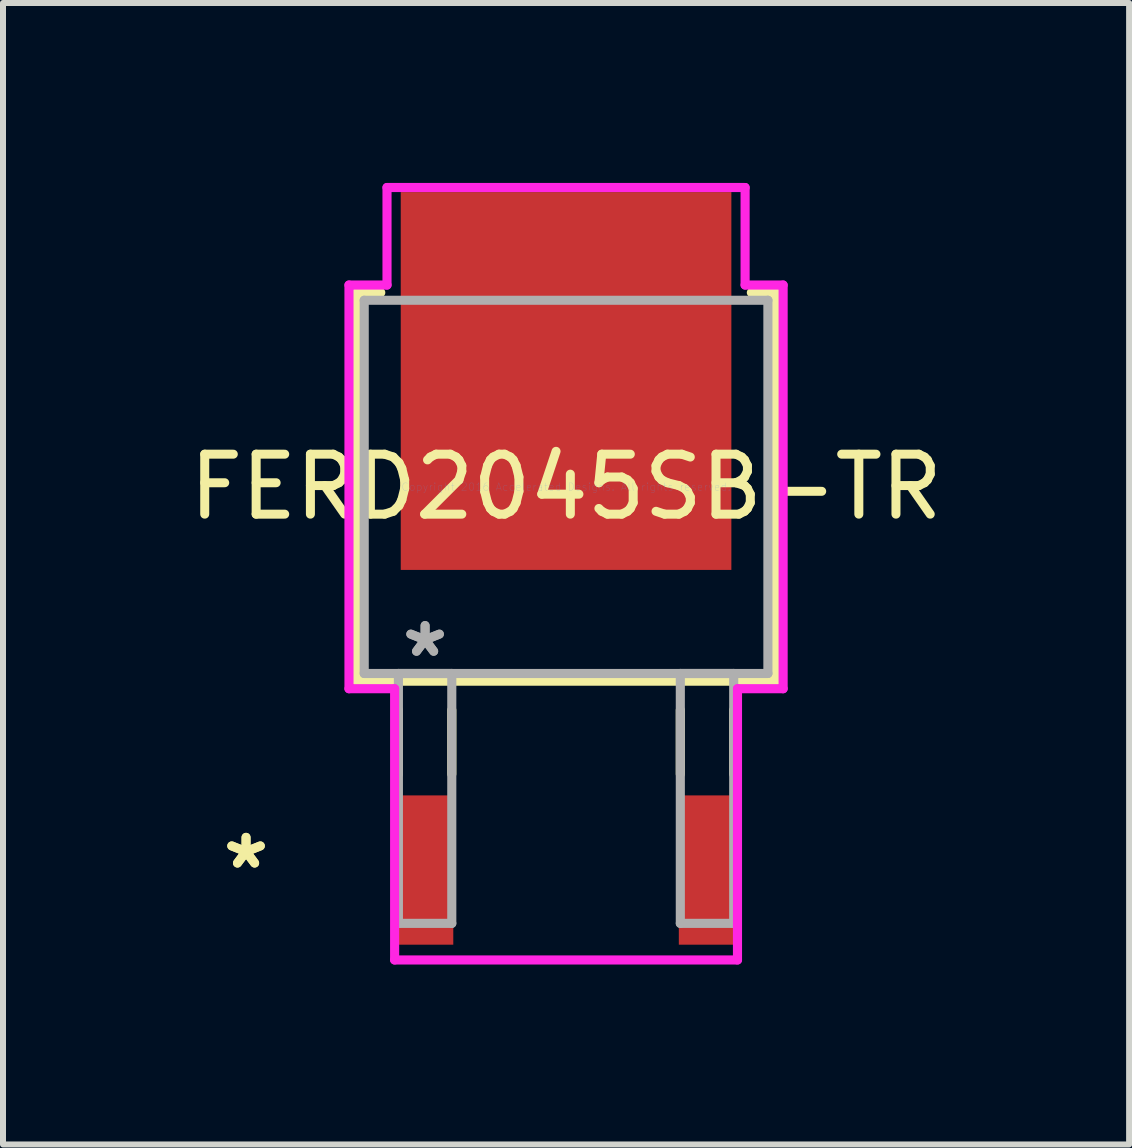
<source format=kicad_pcb>
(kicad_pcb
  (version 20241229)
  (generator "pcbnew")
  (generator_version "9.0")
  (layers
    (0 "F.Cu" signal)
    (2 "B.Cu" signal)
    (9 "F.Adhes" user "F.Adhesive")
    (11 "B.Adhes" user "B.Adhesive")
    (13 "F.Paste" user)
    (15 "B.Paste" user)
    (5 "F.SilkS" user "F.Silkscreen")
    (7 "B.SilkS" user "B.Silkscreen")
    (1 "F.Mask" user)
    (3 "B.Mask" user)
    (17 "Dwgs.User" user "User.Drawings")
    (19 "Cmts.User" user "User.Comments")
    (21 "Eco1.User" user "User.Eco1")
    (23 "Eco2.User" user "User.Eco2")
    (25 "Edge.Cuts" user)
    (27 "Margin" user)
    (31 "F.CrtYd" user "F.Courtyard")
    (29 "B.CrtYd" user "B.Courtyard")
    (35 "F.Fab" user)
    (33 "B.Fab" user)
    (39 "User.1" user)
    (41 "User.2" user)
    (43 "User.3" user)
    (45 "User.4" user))
  (footprint "FERD2045SB-TR"
    (layer "F.Cu")
    (at 6.387 5.067)
    (property "Reference" "FERD2045SB-TR" (at 0 0 0) (layer "F.SilkS") (effects (font (size 1 1) (thickness 0.15))))
    (attr through_hole)
    (fp_line (start -3.493 -3.239) (end -3.493 3.239) (stroke (width 0.152) (type solid)) (layer "F.SilkS"))
    (fp_line (start -3.493 3.239) (end 3.493 3.239) (stroke (width 0.152) (type solid)) (layer "F.SilkS"))
    (fp_line (start -3.089 -3.239) (end -3.493 -3.239) (stroke (width 0.152) (type solid)) (layer "F.SilkS"))
    (fp_line (start -2.795 3.721) (end -2.795 4.788) (stroke (width 0.152) (type solid)) (layer "F.SilkS"))
    (fp_line (start -1.905 3.721) (end -1.905 4.788) (stroke (width 0.152) (type solid)) (layer "F.SilkS"))
    (fp_line (start 1.905 3.721) (end 1.905 4.788) (stroke (width 0.152) (type solid)) (layer "F.SilkS"))
    (fp_line (start 2.795 3.721) (end 2.795 4.788) (stroke (width 0.152) (type solid)) (layer "F.SilkS"))
    (fp_line (start 3.493 -3.239) (end 3.089 -3.239) (stroke (width 0.152) (type solid)) (layer "F.SilkS"))
    (fp_line (start 3.493 3.239) (end 3.493 -3.239) (stroke (width 0.152) (type solid)) (layer "F.SilkS"))
    (fp_line (start -3.619 -3.365) (end -2.985 -3.365) (stroke (width 0.152) (type solid)) (layer "F.CrtYd"))
    (fp_line (start -3.619 3.365) (end -3.619 -3.365) (stroke (width 0.152) (type solid)) (layer "F.CrtYd"))
    (fp_line (start -2.985 -4.991) (end 2.985 -4.991) (stroke (width 0.152) (type solid)) (layer "F.CrtYd"))
    (fp_line (start -2.985 -3.365) (end -2.985 -4.991) (stroke (width 0.152) (type solid)) (layer "F.CrtYd"))
    (fp_line (start -2.858 3.365) (end -3.619 3.365) (stroke (width 0.152) (type solid)) (layer "F.CrtYd"))
    (fp_line (start -2.858 7.887) (end -2.858 3.365) (stroke (width 0.152) (type solid)) (layer "F.CrtYd"))
    (fp_line (start 2.858 3.365) (end 2.858 7.887) (stroke (width 0.152) (type solid)) (layer "F.CrtYd"))
    (fp_line (start 2.858 7.887) (end -2.858 7.887) (stroke (width 0.152) (type solid)) (layer "F.CrtYd"))
    (fp_line (start 2.985 -4.991) (end 2.985 -3.365) (stroke (width 0.152) (type solid)) (layer "F.CrtYd"))
    (fp_line (start 2.985 -3.365) (end 3.619 -3.365) (stroke (width 0.152) (type solid)) (layer "F.CrtYd"))
    (fp_line (start 3.619 -3.365) (end 3.619 3.365) (stroke (width 0.152) (type solid)) (layer "F.CrtYd"))
    (fp_line (start 3.619 3.365) (end 2.858 3.365) (stroke (width 0.152) (type solid)) (layer "F.CrtYd"))
    (fp_line (start -3.365 -3.111) (end -3.365 3.111) (stroke (width 0.152) (type solid)) (layer "F.Fab"))
    (fp_line (start -3.365 3.111) (end 3.365 3.111) (stroke (width 0.152) (type solid)) (layer "F.Fab"))
    (fp_line (start -2.795 3.111) (end -2.795 7.277) (stroke (width 0.152) (type solid)) (layer "F.Fab"))
    (fp_line (start -2.795 7.277) (end -1.905 7.277) (stroke (width 0.152) (type solid)) (layer "F.Fab"))
    (fp_line (start -1.905 3.111) (end -2.795 3.111) (stroke (width 0.152) (type solid)) (layer "F.Fab"))
    (fp_line (start -1.905 7.277) (end -1.905 3.111) (stroke (width 0.152) (type solid)) (layer "F.Fab"))
    (fp_line (start 1.905 3.111) (end 1.905 7.277) (stroke (width 0.152) (type solid)) (layer "F.Fab"))
    (fp_line (start 1.905 7.277) (end 2.795 7.277) (stroke (width 0.152) (type solid)) (layer "F.Fab"))
    (fp_line (start 2.795 3.111) (end 1.905 3.111) (stroke (width 0.152) (type solid)) (layer "F.Fab"))
    (fp_line (start 2.795 7.277) (end 2.795 3.111) (stroke (width 0.152) (type solid)) (layer "F.Fab"))
    (fp_line (start 3.365 -3.111) (end -3.365 -3.111) (stroke (width 0.152) (type solid)) (layer "F.Fab"))
    (fp_line (start 3.365 3.111) (end 3.365 -3.111) (stroke (width 0.152) (type solid)) (layer "F.Fab"))
    (fp_text user "*" (at -5.335 6.388 0) (layer "F.SilkS") (effects (font (size 1 1) (thickness 0.15))))
    (fp_text user "*" (at -5.335 6.388 0) (layer "F.SilkS") (effects (font (size 1 1) (thickness 0.15))))
    (fp_text user "Copyright 2016 Accelerated Designs. All rights reserved." (at 0 0 0) (layer "Cmts.User") (effects (font (size 0.127 0.127) (thickness 0.002))))
    (fp_text user "*" (at -2.35 2.857 0) (layer "F.Fab") (effects (font (size 1 1) (thickness 0.15))))
    (fp_text user "*" (at -2.35 2.857 0) (layer "F.Fab") (effects (font (size 1 1) (thickness 0.15))))
    (pad "1" smd rect (at -2.35 6.388) (size 0.94 2.489) (layers "F.Cu" "F.Mask" "F.Paste"))
    (pad "2" smd rect (at 2.35 6.388) (size 0.94 2.489) (layers "F.Cu" "F.Mask" "F.Paste"))
    (pad "3" smd rect (at 0 -1.765) (size 5.512 6.299) (layers "F.Cu" "F.Mask" "F.Paste")))
  (gr_rect
    (start -3 -3)
    (end 15.774 16.03)
    (stroke (width 0.1) (type default))
    (fill no)
    (layer "Edge.Cuts")))
</source>
